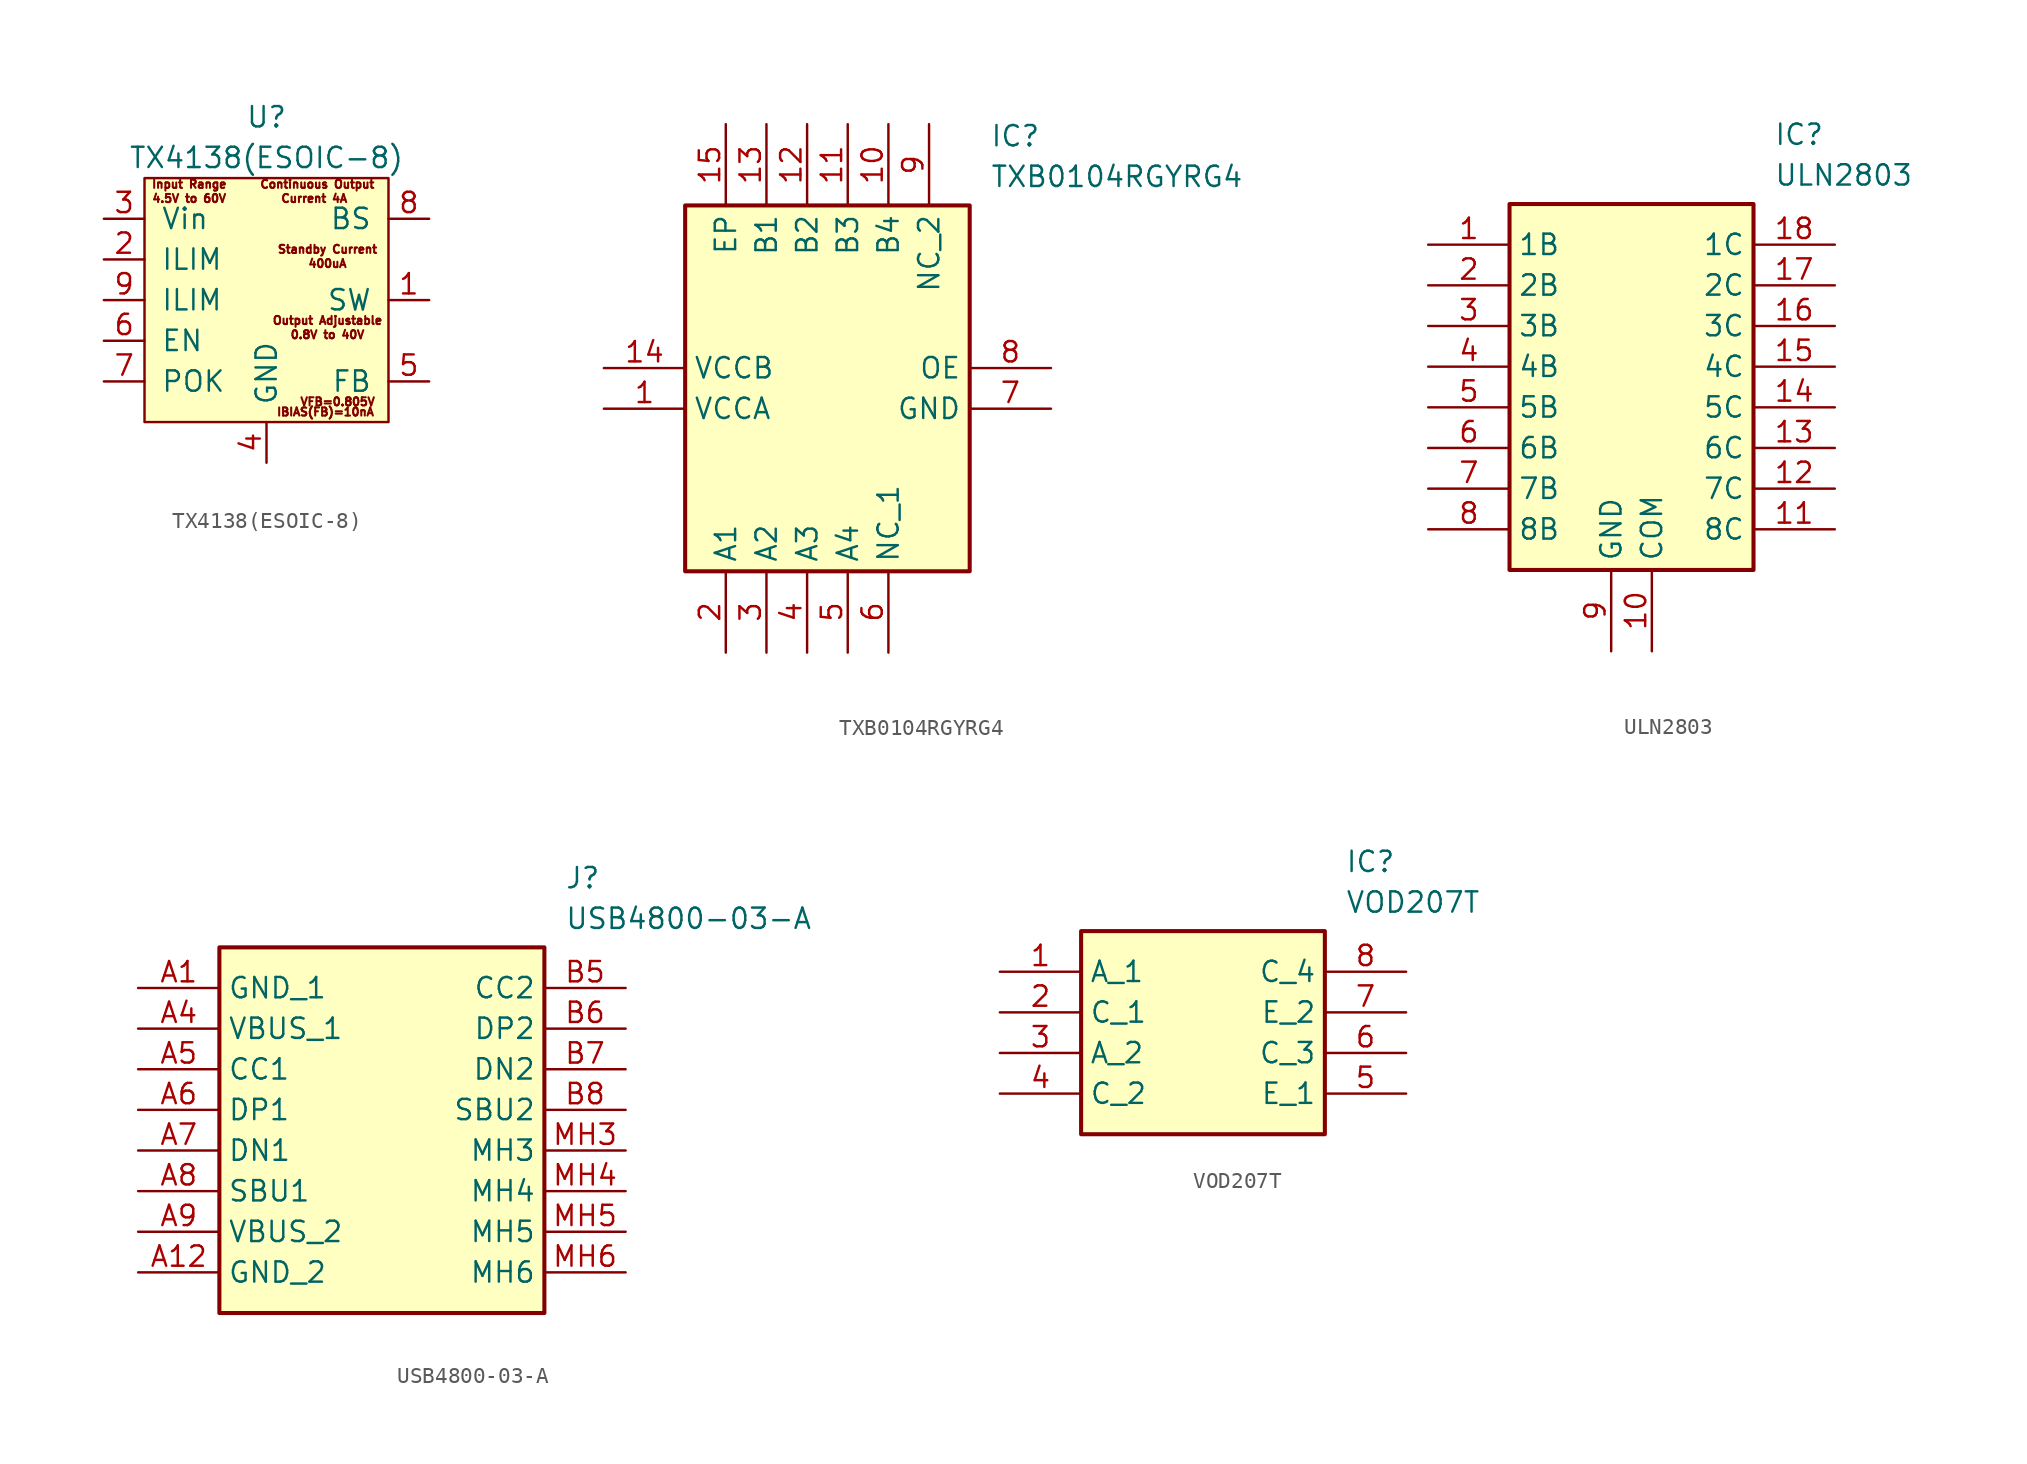
<source format=kicad_sym>
(kicad_symbol_lib
  (version 20220914)
  (generator kicad_symbol_editor)
  (symbol "TX4138(ESOIC-8)"
    (pin_names
      (offset 1.016))
    (property "Reference" "U"
      (at 0 11.43 0)
      (effects (font (size 1.27 1.27))))
    (property "Value" "TX4138(ESOIC-8)"
      (at 0 8.89 0)
      (effects (font (size 1.27 1.27))))
    (symbol "TX4138(ESOIC-8)_0_0"
      (text "0.8V to 40V" (at 3.81 -2.159 0) (effects (font (size 0.508 0.508))))
      (text "4.5V to 60V" (at -4.826 6.35 0) (effects (font (size 0.508 0.508))))
      (text "400uA" (at 3.81 2.286 0) (effects (font (size 0.508 0.508))))
      (text "Continuous Output" (at 3.175 7.239 0) (effects (font (size 0.508 0.508))))
      (text "Current 4A " (at 3.175 6.35 0) (effects (font (size 0.508 0.508))))
      (text "IBIAS(FB)=10nA" (at 3.683 -6.985 0) (effects (font (size 0.508 0.508))))
      (text "Input Range" (at -4.826 7.239 0) (effects (font (size 0.508 0.508))))
      (text "Output Adjustable" (at 3.81 -1.27 0) (effects (font (size 0.508 0.508))))
      (text "Standby Current" (at 3.81 3.175 0) (effects (font (size 0.508 0.508))))
      (text "VFB=0.805V" (at 4.445 -6.35 0) (effects (font (size 0.508 0.508)))))
    (symbol "TX4138(ESOIC-8)_0_1"
      (rectangle (start -7.62 7.62) (end 7.62 -7.62) (stroke (width 0) (type solid)) (fill (type background))))
    (symbol "TX4138(ESOIC-8)_1_1"
      (pin output line (at 10.16 0 180) (length 2.54) (name "SW" (effects (font (size 1.27 1.27)))) (number "1" (effects (font (size 1.27 1.27)))))
      (pin input line (at -10.16 2.54 0) (length 2.54) (name "ILIM" (effects (font (size 1.27 1.27)))) (number "2" (effects (font (size 1.27 1.27)))))
      (pin power_in line (at -10.16 5.08 0) (length 2.54) (name "Vin" (effects (font (size 1.27 1.27)))) (number "3" (effects (font (size 1.27 1.27)))))
      (pin power_in line (at 0 -10.16 90) (length 2.54) (name "GND" (effects (font (size 1.27 1.27)))) (number "4" (effects (font (size 1.27 1.27)))))
      (pin input line (at 10.16 -5.08 180) (length 2.54) (name "FB" (effects (font (size 1.27 1.27)))) (number "5" (effects (font (size 1.27 1.27)))))
      (pin input line (at -10.16 -2.54 0) (length 2.54) (name "EN" (effects (font (size 1.27 1.27)))) (number "6" (effects (font (size 1.27 1.27)))))
      (pin open_collector line (at -10.16 -5.08 0) (length 2.54) (name "POK" (effects (font (size 1.27 1.27)))) (number "7" (effects (font (size 1.27 1.27)))))
      (pin passive line (at 10.16 5.08 180) (length 2.54) (name "BS" (effects (font (size 1.27 1.27)))) (number "8" (effects (font (size 1.27 1.27)))))
      (pin input line (at -10.16 0 0) (length 2.54) (name "ILIM" (effects (font (size 1.27 1.27)))) (number "9" (effects (font (size 1.27 1.27)))))))
  (symbol "TXB0104RGYRG4"
    (property "Reference" "IC"
      (at 24.13 15.24 0)
      (effects (font (size 1.27 1.27)) (justify left top)))
    (property "Value" "TXB0104RGYRG4"
      (at 24.13 12.7 0)
      (effects (font (size 1.27 1.27)) (justify left top)))
    (symbol "TXB0104RGYRG4_1_1"
      (rectangle (start 5.08 10.16) (end 22.86 -12.7) (stroke (width 0.254) (type default)) (fill (type background)))
      (pin passive line (at 0 -2.54 0) (length 5.08) (name "VCCA" (effects (font (size 1.27 1.27)))) (number "1" (effects (font (size 1.27 1.27)))))
      (pin passive line (at 17.78 15.24 270) (length 5.08) (name "B4" (effects (font (size 1.27 1.27)))) (number "10" (effects (font (size 1.27 1.27)))))
      (pin passive line (at 15.24 15.24 270) (length 5.08) (name "B3" (effects (font (size 1.27 1.27)))) (number "11" (effects (font (size 1.27 1.27)))))
      (pin passive line (at 12.7 15.24 270) (length 5.08) (name "B2" (effects (font (size 1.27 1.27)))) (number "12" (effects (font (size 1.27 1.27)))))
      (pin passive line (at 10.16 15.24 270) (length 5.08) (name "B1" (effects (font (size 1.27 1.27)))) (number "13" (effects (font (size 1.27 1.27)))))
      (pin passive line (at 0 0 0) (length 5.08) (name "VCCB" (effects (font (size 1.27 1.27)))) (number "14" (effects (font (size 1.27 1.27)))))
      (pin passive line (at 7.62 15.24 270) (length 5.08) (name "EP" (effects (font (size 1.27 1.27)))) (number "15" (effects (font (size 1.27 1.27)))))
      (pin passive line (at 7.62 -17.78 90) (length 5.08) (name "A1" (effects (font (size 1.27 1.27)))) (number "2" (effects (font (size 1.27 1.27)))))
      (pin passive line (at 10.16 -17.78 90) (length 5.08) (name "A2" (effects (font (size 1.27 1.27)))) (number "3" (effects (font (size 1.27 1.27)))))
      (pin passive line (at 12.7 -17.78 90) (length 5.08) (name "A3" (effects (font (size 1.27 1.27)))) (number "4" (effects (font (size 1.27 1.27)))))
      (pin passive line (at 15.24 -17.78 90) (length 5.08) (name "A4" (effects (font (size 1.27 1.27)))) (number "5" (effects (font (size 1.27 1.27)))))
      (pin passive line (at 17.78 -17.78 90) (length 5.08) (name "NC_1" (effects (font (size 1.27 1.27)))) (number "6" (effects (font (size 1.27 1.27)))))
      (pin passive line (at 27.94 -2.54 180) (length 5.08) (name "GND" (effects (font (size 1.27 1.27)))) (number "7" (effects (font (size 1.27 1.27)))))
      (pin passive line (at 27.94 0 180) (length 5.08) (name "OE" (effects (font (size 1.27 1.27)))) (number "8" (effects (font (size 1.27 1.27)))))
      (pin passive line (at 20.32 15.24 270) (length 5.08) (name "NC_2" (effects (font (size 1.27 1.27)))) (number "9" (effects (font (size 1.27 1.27)))))))
  (symbol "ULN2803"
    (property "Reference" "IC"
      (at 21.59 7.62 0)
      (effects (font (size 1.27 1.27)) (justify left top)))
    (property "Value" "ULN2803"
      (at 21.59 5.08 0)
      (effects (font (size 1.27 1.27)) (justify left top)))
    (symbol "ULN2803_1_1"
      (rectangle (start 5.08 2.54) (end 20.32 -20.32) (stroke (width 0.254) (type default)) (fill (type background)))
      (pin passive line (at 0 0 0) (length 5.08) (name "1B" (effects (font (size 1.27 1.27)))) (number "1" (effects (font (size 1.27 1.27)))))
      (pin passive line (at 13.97 -25.4 90) (length 5.08) (name "COM" (effects (font (size 1.27 1.27)))) (number "10" (effects (font (size 1.27 1.27)))))
      (pin passive line (at 25.4 -17.78 180) (length 5.08) (name "8C" (effects (font (size 1.27 1.27)))) (number "11" (effects (font (size 1.27 1.27)))))
      (pin passive line (at 25.4 -15.24 180) (length 5.08) (name "7C" (effects (font (size 1.27 1.27)))) (number "12" (effects (font (size 1.27 1.27)))))
      (pin passive line (at 25.4 -12.7 180) (length 5.08) (name "6C" (effects (font (size 1.27 1.27)))) (number "13" (effects (font (size 1.27 1.27)))))
      (pin passive line (at 25.4 -10.16 180) (length 5.08) (name "5C" (effects (font (size 1.27 1.27)))) (number "14" (effects (font (size 1.27 1.27)))))
      (pin passive line (at 25.4 -7.62 180) (length 5.08) (name "4C" (effects (font (size 1.27 1.27)))) (number "15" (effects (font (size 1.27 1.27)))))
      (pin passive line (at 25.4 -5.08 180) (length 5.08) (name "3C" (effects (font (size 1.27 1.27)))) (number "16" (effects (font (size 1.27 1.27)))))
      (pin passive line (at 25.4 -2.54 180) (length 5.08) (name "2C" (effects (font (size 1.27 1.27)))) (number "17" (effects (font (size 1.27 1.27)))))
      (pin passive line (at 25.4 0 180) (length 5.08) (name "1C" (effects (font (size 1.27 1.27)))) (number "18" (effects (font (size 1.27 1.27)))))
      (pin passive line (at 0 -2.54 0) (length 5.08) (name "2B" (effects (font (size 1.27 1.27)))) (number "2" (effects (font (size 1.27 1.27)))))
      (pin passive line (at 0 -5.08 0) (length 5.08) (name "3B" (effects (font (size 1.27 1.27)))) (number "3" (effects (font (size 1.27 1.27)))))
      (pin passive line (at 0 -7.62 0) (length 5.08) (name "4B" (effects (font (size 1.27 1.27)))) (number "4" (effects (font (size 1.27 1.27)))))
      (pin passive line (at 0 -10.16 0) (length 5.08) (name "5B" (effects (font (size 1.27 1.27)))) (number "5" (effects (font (size 1.27 1.27)))))
      (pin passive line (at 0 -12.7 0) (length 5.08) (name "6B" (effects (font (size 1.27 1.27)))) (number "6" (effects (font (size 1.27 1.27)))))
      (pin passive line (at 0 -15.24 0) (length 5.08) (name "7B" (effects (font (size 1.27 1.27)))) (number "7" (effects (font (size 1.27 1.27)))))
      (pin passive line (at 0 -17.78 0) (length 5.08) (name "8B" (effects (font (size 1.27 1.27)))) (number "8" (effects (font (size 1.27 1.27)))))
      (pin passive line (at 11.43 -25.4 90) (length 5.08) (name "GND" (effects (font (size 1.27 1.27)))) (number "9" (effects (font (size 1.27 1.27)))))))
  (symbol "USB4800-03-A"
    (property "Reference" "J"
      (at 26.67 7.62 0)
      (effects (font (size 1.27 1.27)) (justify left top)))
    (property "Value" "USB4800-03-A"
      (at 26.67 5.08 0)
      (effects (font (size 1.27 1.27)) (justify left top)))
    (symbol "USB4800-03-A_1_1"
      (rectangle (start 5.08 2.54) (end 25.4 -20.32) (stroke (width 0.254) (type default)) (fill (type background)))
      (pin passive line (at 0 0 0) (length 5.08) (name "GND_1" (effects (font (size 1.27 1.27)))) (number "A1" (effects (font (size 1.27 1.27)))))
      (pin passive line (at 0 -17.78 0) (length 5.08) (name "GND_2" (effects (font (size 1.27 1.27)))) (number "A12" (effects (font (size 1.27 1.27)))))
      (pin passive line (at 0 -2.54 0) (length 5.08) (name "VBUS_1" (effects (font (size 1.27 1.27)))) (number "A4" (effects (font (size 1.27 1.27)))))
      (pin passive line (at 0 -5.08 0) (length 5.08) (name "CC1" (effects (font (size 1.27 1.27)))) (number "A5" (effects (font (size 1.27 1.27)))))
      (pin passive line (at 0 -7.62 0) (length 5.08) (name "DP1" (effects (font (size 1.27 1.27)))) (number "A6" (effects (font (size 1.27 1.27)))))
      (pin passive line (at 0 -10.16 0) (length 5.08) (name "DN1" (effects (font (size 1.27 1.27)))) (number "A7" (effects (font (size 1.27 1.27)))))
      (pin passive line (at 0 -12.7 0) (length 5.08) (name "SBU1" (effects (font (size 1.27 1.27)))) (number "A8" (effects (font (size 1.27 1.27)))))
      (pin passive line (at 0 -15.24 0) (length 5.08) (name "VBUS_2" (effects (font (size 1.27 1.27)))) (number "A9" (effects (font (size 1.27 1.27)))))
      (pin passive line (at 30.48 0 180) (length 5.08) (name "CC2" (effects (font (size 1.27 1.27)))) (number "B5" (effects (font (size 1.27 1.27)))))
      (pin passive line (at 30.48 -2.54 180) (length 5.08) (name "DP2" (effects (font (size 1.27 1.27)))) (number "B6" (effects (font (size 1.27 1.27)))))
      (pin passive line (at 30.48 -5.08 180) (length 5.08) (name "DN2" (effects (font (size 1.27 1.27)))) (number "B7" (effects (font (size 1.27 1.27)))))
      (pin passive line (at 30.48 -7.62 180) (length 5.08) (name "SBU2" (effects (font (size 1.27 1.27)))) (number "B8" (effects (font (size 1.27 1.27)))))
      (pin passive line (at 30.48 -10.16 180) (length 5.08) (name "MH3" (effects (font (size 1.27 1.27)))) (number "MH3" (effects (font (size 1.27 1.27)))))
      (pin passive line (at 30.48 -12.7 180) (length 5.08) (name "MH4" (effects (font (size 1.27 1.27)))) (number "MH4" (effects (font (size 1.27 1.27)))))
      (pin passive line (at 30.48 -15.24 180) (length 5.08) (name "MH5" (effects (font (size 1.27 1.27)))) (number "MH5" (effects (font (size 1.27 1.27)))))
      (pin passive line (at 30.48 -17.78 180) (length 5.08) (name "MH6" (effects (font (size 1.27 1.27)))) (number "MH6" (effects (font (size 1.27 1.27)))))))
  (symbol "VOD207T"
    (property "Reference" "IC"
      (at 21.59 7.62 0)
      (effects (font (size 1.27 1.27)) (justify left top)))
    (property "Value" "VOD207T"
      (at 21.59 5.08 0)
      (effects (font (size 1.27 1.27)) (justify left top)))
    (symbol "VOD207T_1_1"
      (rectangle (start 5.08 2.54) (end 20.32 -10.16) (stroke (width 0.254) (type default)) (fill (type background)))
      (pin passive line (at 0 0 0) (length 5.08) (name "A_1" (effects (font (size 1.27 1.27)))) (number "1" (effects (font (size 1.27 1.27)))))
      (pin passive line (at 0 -2.54 0) (length 5.08) (name "C_1" (effects (font (size 1.27 1.27)))) (number "2" (effects (font (size 1.27 1.27)))))
      (pin passive line (at 0 -5.08 0) (length 5.08) (name "A_2" (effects (font (size 1.27 1.27)))) (number "3" (effects (font (size 1.27 1.27)))))
      (pin passive line (at 0 -7.62 0) (length 5.08) (name "C_2" (effects (font (size 1.27 1.27)))) (number "4" (effects (font (size 1.27 1.27)))))
      (pin passive line (at 25.4 -7.62 180) (length 5.08) (name "E_1" (effects (font (size 1.27 1.27)))) (number "5" (effects (font (size 1.27 1.27)))))
      (pin passive line (at 25.4 -5.08 180) (length 5.08) (name "C_3" (effects (font (size 1.27 1.27)))) (number "6" (effects (font (size 1.27 1.27)))))
      (pin passive line (at 25.4 -2.54 180) (length 5.08) (name "E_2" (effects (font (size 1.27 1.27)))) (number "7" (effects (font (size 1.27 1.27)))))
      (pin passive line (at 25.4 0 180) (length 5.08) (name "C_4" (effects (font (size 1.27 1.27)))) (number "8" (effects (font (size 1.27 1.27))))))))
</source>
